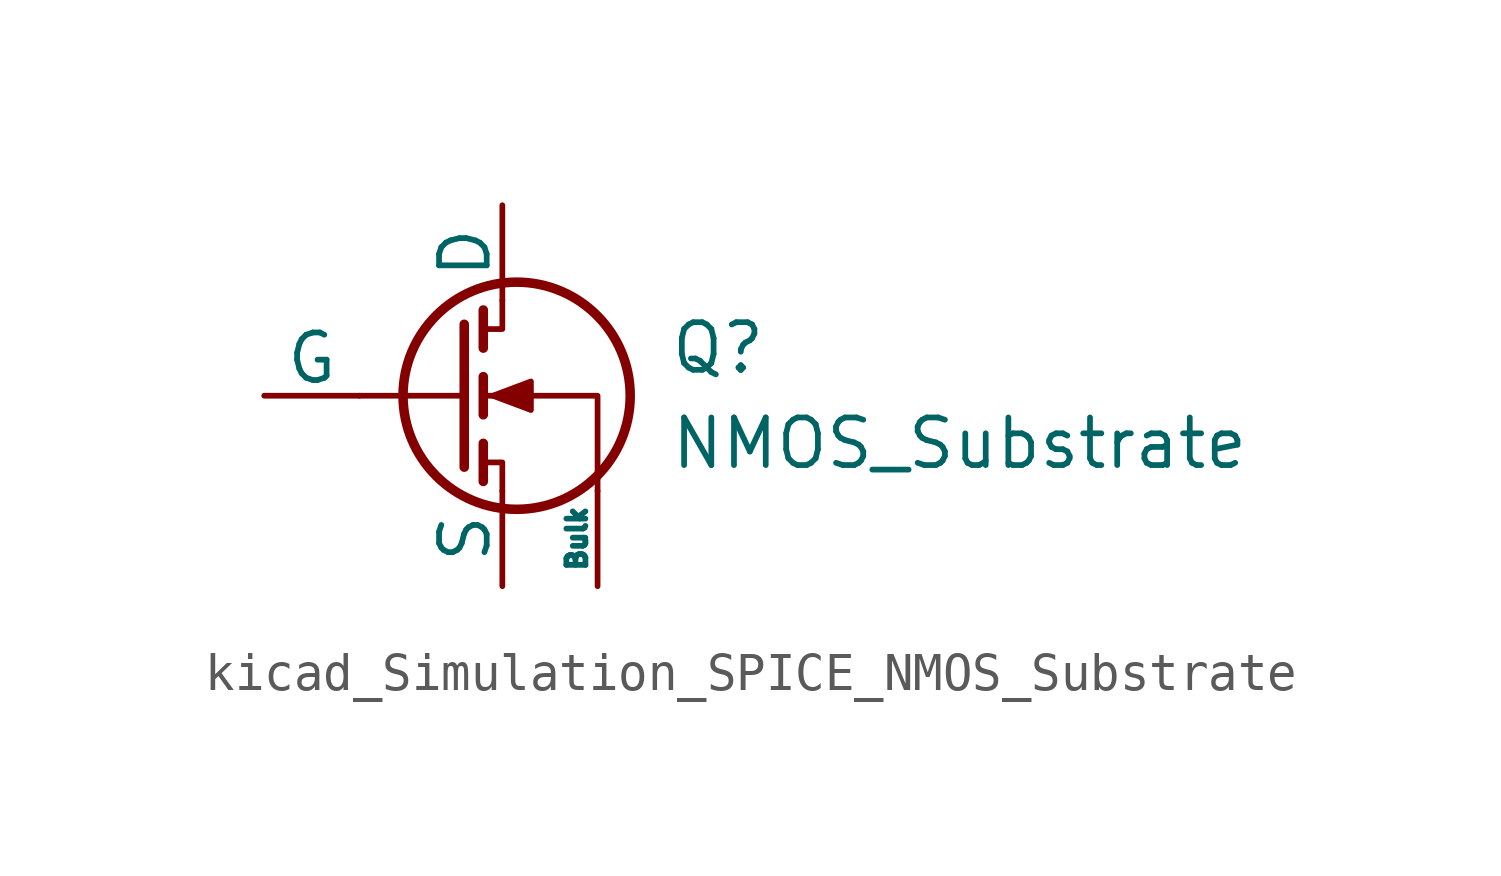
<source format=kicad_sym>
(kicad_symbol_lib
  (version 20220914)
  (generator kicad_symbol_editor)
  (symbol "kicad_Simulation_SPICE_NMOS_Substrate"
    (pin_numbers hide)
    (pin_names
      (offset 0))
    (property "Reference" "Q"
      (at 6.985 1.27 0)
      (effects (font (size 1.27 1.27)) (justify left)))
    (property "Value" "NMOS_Substrate"
      (at 6.985 -1.27 0)
      (effects (font (size 1.27 1.27)) (justify left)))
    (symbol "kicad_Simulation_SPICE_NMOS_Substrate_0_1"
      (polyline (pts (xy 1.524 0) (xy -1.27 0)) (stroke (width 0) (type default)) (fill (type none)))
      (polyline (pts (xy 1.524 1.905) (xy 1.524 -1.905)) (stroke (width 0.254) (type default)) (fill (type none)))
      (polyline (pts (xy 2.032 -1.27) (xy 2.032 -2.286)) (stroke (width 0.254) (type default)) (fill (type none)))
      (polyline (pts (xy 2.032 0.508) (xy 2.032 -0.508)) (stroke (width 0.254) (type default)) (fill (type none)))
      (polyline (pts (xy 2.032 2.286) (xy 2.032 1.27)) (stroke (width 0.254) (type default)) (fill (type none)))
      (polyline (pts (xy 2.032 1.778) (xy 2.54 1.778) (xy 2.54 2.54)) (stroke (width 0) (type default)) (fill (type none)))
      (polyline (pts (xy 2.54 -2.54) (xy 2.54 -1.778) (xy 2.032 -1.778)) (stroke (width 0) (type default)) (fill (type none)))
      (polyline (pts (xy 5.08 -2.54) (xy 5.08 0) (xy 2.032 0)) (stroke (width 0) (type default)) (fill (type none)))
      (polyline (pts (xy 2.286 0) (xy 3.302 0.381) (xy 3.302 -0.381) (xy 2.286 0)) (stroke (width 0) (type default)) (fill (type outline)))
      (circle (center 2.921 0) (radius 3.029) (stroke (width 0.254) (type default)) (fill (type none))))
    (symbol "kicad_Simulation_SPICE_NMOS_Substrate_1_1"
      (pin passive line (at 2.54 5.08 270) (length 2.54) (name "D" (effects (font (size 1.27 1.27)))) (number "1" (effects (font (size 1.27 1.27)))))
      (pin input line (at -3.81 0 0) (length 2.54) (name "G" (effects (font (size 1.27 1.27)))) (number "2" (effects (font (size 1.27 1.27)))))
      (pin passive line (at 2.54 -5.08 90) (length 2.54) (name "S" (effects (font (size 1.27 1.27)))) (number "3" (effects (font (size 1.27 1.27)))))
      (pin input line (at 5.08 -5.08 90) (length 2.54) (name "Bulk" (effects (font (size 0.508 0.508)))) (number "4" (effects (font (size 1.27 1.27))))))))
</source>
